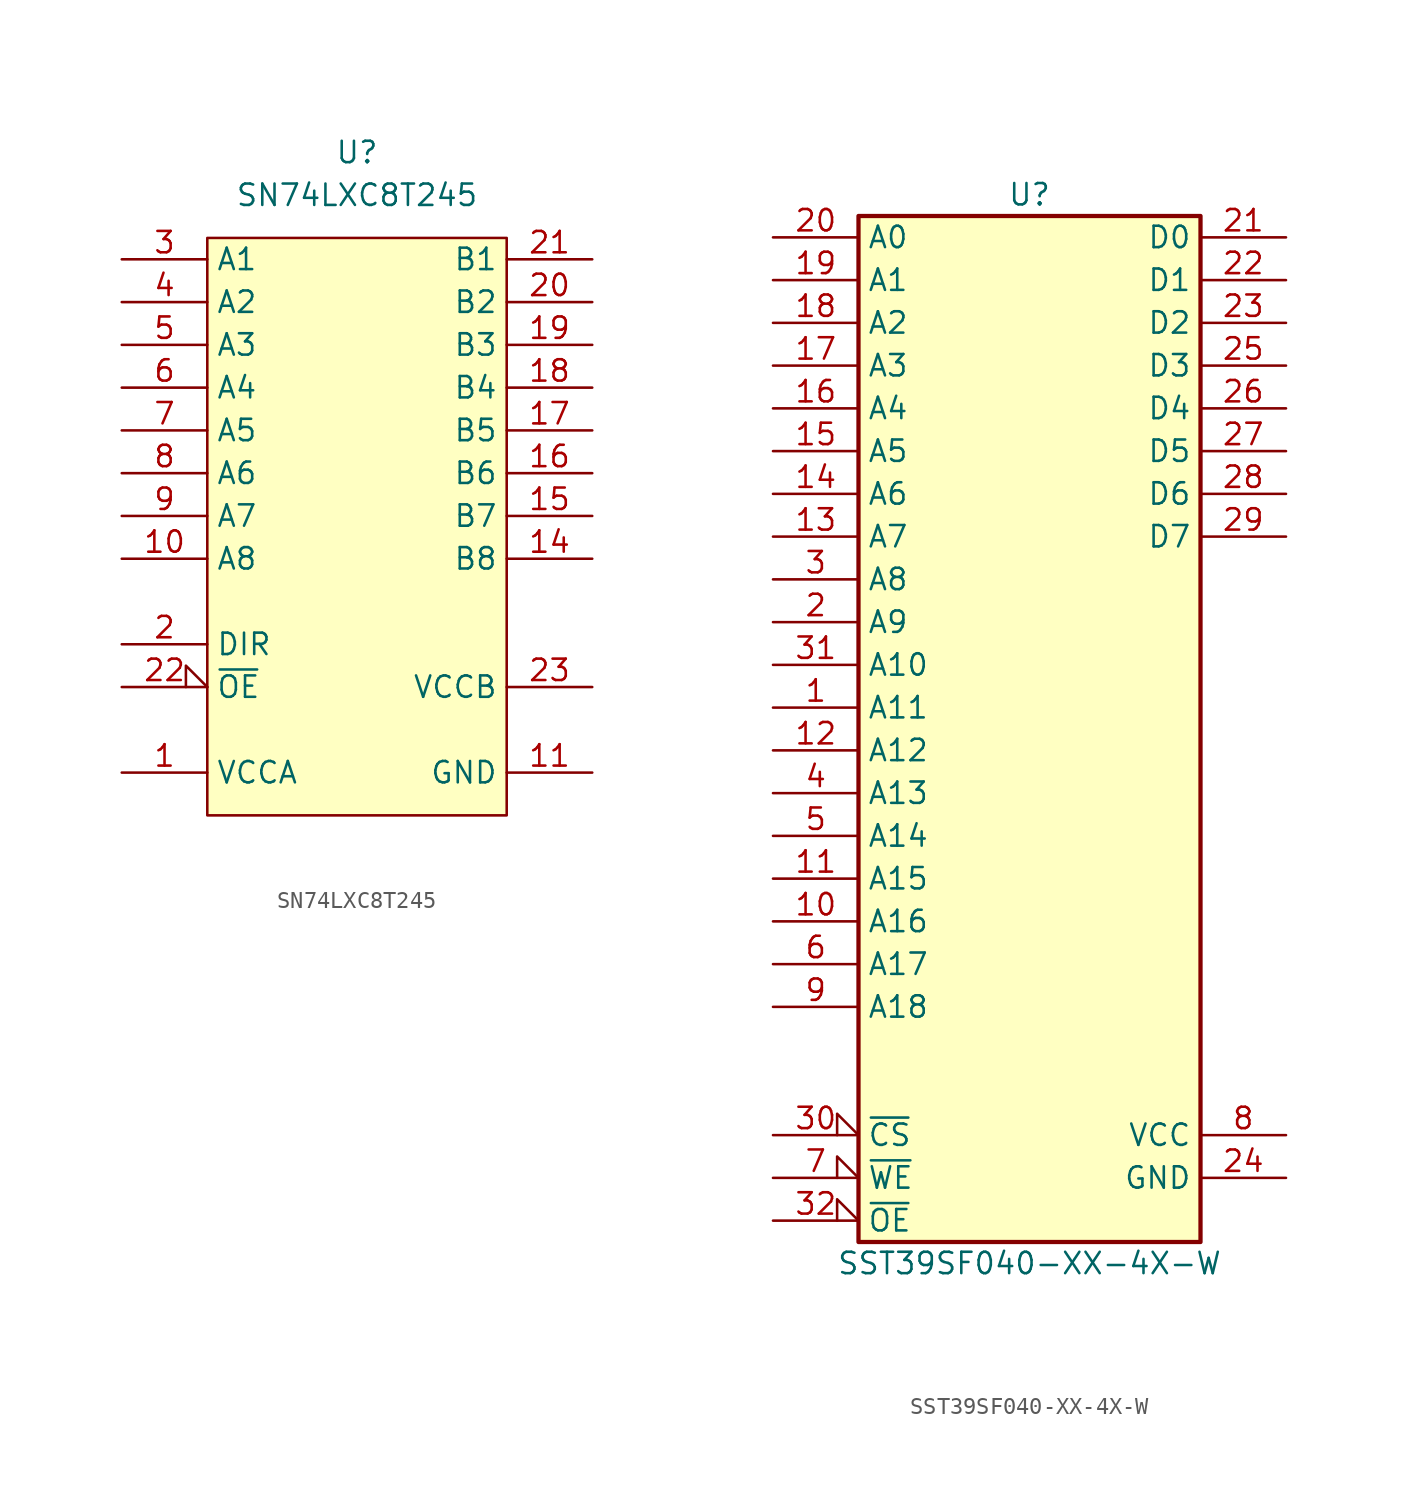
<source format=kicad_sym>
(kicad_symbol_lib
  (version 20211014)
  (generator kicad_symbol_editor)
  (symbol "68komputer-common:SN74LXC8T245"
    (property "Reference" "U"
      (at 0 3.81 0)
      (effects (font (size 1.27 1.27))))
    (property "Value" "SN74LXC8T245"
      (at 0 1.27 0)
      (effects (font (size 1.27 1.27))))
    (symbol "SN74LXC8T245_0_1"
      (rectangle (start -8.89 -1.27) (end 8.89 -35.56) (stroke (width 0.152) (type default) (color 0 0 0 0)) (fill (type background))))
    (symbol "SN74LXC8T245_1_1"
      (pin power_in line (at -13.97 -33.02 0) (length 5.08) (name "VCCA" (effects (font (size 1.27 1.27)))) (number "1" (effects (font (size 1.27 1.27)))))
      (pin tri_state line (at -13.97 -20.32 0) (length 5.08) (name "A8" (effects (font (size 1.27 1.27)))) (number "10" (effects (font (size 1.27 1.27)))))
      (pin power_in line (at 13.97 -33.02 180) (length 5.08) (name "GND" (effects (font (size 1.27 1.27)))) (number "11" (effects (font (size 1.27 1.27)))))
      (pin power_in line (at 13.97 -33.02 180) (length 5.08) hide (name "GND" (effects (font (size 1.27 1.27)))) (number "12" (effects (font (size 1.27 1.27)))))
      (pin power_in line (at 13.97 -33.02 180) (length 5.08) hide (name "GND" (effects (font (size 1.27 1.27)))) (number "13" (effects (font (size 1.27 1.27)))))
      (pin tri_state line (at 13.97 -20.32 180) (length 5.08) (name "B8" (effects (font (size 1.27 1.27)))) (number "14" (effects (font (size 1.27 1.27)))))
      (pin tri_state line (at 13.97 -17.78 180) (length 5.08) (name "B7" (effects (font (size 1.27 1.27)))) (number "15" (effects (font (size 1.27 1.27)))))
      (pin tri_state line (at 13.97 -15.24 180) (length 5.08) (name "B6" (effects (font (size 1.27 1.27)))) (number "16" (effects (font (size 1.27 1.27)))))
      (pin tri_state line (at 13.97 -12.7 180) (length 5.08) (name "B5" (effects (font (size 1.27 1.27)))) (number "17" (effects (font (size 1.27 1.27)))))
      (pin tri_state line (at 13.97 -10.16 180) (length 5.08) (name "B4" (effects (font (size 1.27 1.27)))) (number "18" (effects (font (size 1.27 1.27)))))
      (pin tri_state line (at 13.97 -7.62 180) (length 5.08) (name "B3" (effects (font (size 1.27 1.27)))) (number "19" (effects (font (size 1.27 1.27)))))
      (pin input line (at -13.97 -25.4 0) (length 5.08) (name "DIR" (effects (font (size 1.27 1.27)))) (number "2" (effects (font (size 1.27 1.27)))))
      (pin tri_state line (at 13.97 -5.08 180) (length 5.08) (name "B2" (effects (font (size 1.27 1.27)))) (number "20" (effects (font (size 1.27 1.27)))))
      (pin tri_state line (at 13.97 -2.54 180) (length 5.08) (name "B1" (effects (font (size 1.27 1.27)))) (number "21" (effects (font (size 1.27 1.27)))))
      (pin input input_low (at -13.97 -27.94 0) (length 5.08) (name "~{OE}" (effects (font (size 1.27 1.27)))) (number "22" (effects (font (size 1.27 1.27)))))
      (pin power_in line (at 13.97 -27.94 180) (length 5.08) (name "VCCB" (effects (font (size 1.27 1.27)))) (number "23" (effects (font (size 1.27 1.27)))))
      (pin power_in line (at 13.97 -27.94 180) (length 5.08) hide (name "VCCB" (effects (font (size 1.27 1.27)))) (number "24" (effects (font (size 1.27 1.27)))))
      (pin tri_state line (at -13.97 -2.54 0) (length 5.08) (name "A1" (effects (font (size 1.27 1.27)))) (number "3" (effects (font (size 1.27 1.27)))))
      (pin tri_state line (at -13.97 -5.08 0) (length 5.08) (name "A2" (effects (font (size 1.27 1.27)))) (number "4" (effects (font (size 1.27 1.27)))))
      (pin tri_state line (at -13.97 -7.62 0) (length 5.08) (name "A3" (effects (font (size 1.27 1.27)))) (number "5" (effects (font (size 1.27 1.27)))))
      (pin tri_state line (at -13.97 -10.16 0) (length 5.08) (name "A4" (effects (font (size 1.27 1.27)))) (number "6" (effects (font (size 1.27 1.27)))))
      (pin tri_state line (at -13.97 -12.7 0) (length 5.08) (name "A5" (effects (font (size 1.27 1.27)))) (number "7" (effects (font (size 1.27 1.27)))))
      (pin tri_state line (at -13.97 -15.24 0) (length 5.08) (name "A6" (effects (font (size 1.27 1.27)))) (number "8" (effects (font (size 1.27 1.27)))))
      (pin tri_state line (at -13.97 -17.78 0) (length 5.08) (name "A7" (effects (font (size 1.27 1.27)))) (number "9" (effects (font (size 1.27 1.27)))))))
  (symbol "68komputer-common:SST39SF040-XX-4X-W"
    (property "Reference" "U"
      (at 0 33.02 0)
      (effects (font (size 1.27 1.27))))
    (property "Value" "SST39SF040-XX-4X-W"
      (at 0 -30.48 0)
      (effects (font (size 1.27 1.27))))
    (symbol "SST39SF040-XX-4X-W_0_0"
      (pin power_in line (at 15.24 -25.4 180) (length 5.08) (name "GND" (effects (font (size 1.27 1.27)))) (number "24" (effects (font (size 1.27 1.27)))))
      (pin power_in line (at 15.24 -22.86 180) (length 5.08) (name "VCC" (effects (font (size 1.27 1.27)))) (number "8" (effects (font (size 1.27 1.27))))))
    (symbol "SST39SF040-XX-4X-W_0_1"
      (rectangle (start -10.16 31.75) (end 10.16 -29.21) (stroke (width 0.254) (type default) (color 0 0 0 0)) (fill (type background))))
    (symbol "SST39SF040-XX-4X-W_1_1"
      (pin input line (at -15.24 2.54 0) (length 5.08) (name "A11" (effects (font (size 1.27 1.27)))) (number "1" (effects (font (size 1.27 1.27)))))
      (pin input line (at -15.24 -10.16 0) (length 5.08) (name "A16" (effects (font (size 1.27 1.27)))) (number "10" (effects (font (size 1.27 1.27)))))
      (pin input line (at -15.24 -7.62 0) (length 5.08) (name "A15" (effects (font (size 1.27 1.27)))) (number "11" (effects (font (size 1.27 1.27)))))
      (pin input line (at -15.24 0 0) (length 5.08) (name "A12" (effects (font (size 1.27 1.27)))) (number "12" (effects (font (size 1.27 1.27)))))
      (pin input line (at -15.24 12.7 0) (length 5.08) (name "A7" (effects (font (size 1.27 1.27)))) (number "13" (effects (font (size 1.27 1.27)))))
      (pin input line (at -15.24 15.24 0) (length 5.08) (name "A6" (effects (font (size 1.27 1.27)))) (number "14" (effects (font (size 1.27 1.27)))))
      (pin input line (at -15.24 17.78 0) (length 5.08) (name "A5" (effects (font (size 1.27 1.27)))) (number "15" (effects (font (size 1.27 1.27)))))
      (pin input line (at -15.24 20.32 0) (length 5.08) (name "A4" (effects (font (size 1.27 1.27)))) (number "16" (effects (font (size 1.27 1.27)))))
      (pin input line (at -15.24 22.86 0) (length 5.08) (name "A3" (effects (font (size 1.27 1.27)))) (number "17" (effects (font (size 1.27 1.27)))))
      (pin input line (at -15.24 25.4 0) (length 5.08) (name "A2" (effects (font (size 1.27 1.27)))) (number "18" (effects (font (size 1.27 1.27)))))
      (pin input line (at -15.24 27.94 0) (length 5.08) (name "A1" (effects (font (size 1.27 1.27)))) (number "19" (effects (font (size 1.27 1.27)))))
      (pin input line (at -15.24 7.62 0) (length 5.08) (name "A9" (effects (font (size 1.27 1.27)))) (number "2" (effects (font (size 1.27 1.27)))))
      (pin input line (at -15.24 30.48 0) (length 5.08) (name "A0" (effects (font (size 1.27 1.27)))) (number "20" (effects (font (size 1.27 1.27)))))
      (pin tri_state line (at 15.24 30.48 180) (length 5.08) (name "D0" (effects (font (size 1.27 1.27)))) (number "21" (effects (font (size 1.27 1.27)))))
      (pin tri_state line (at 15.24 27.94 180) (length 5.08) (name "D1" (effects (font (size 1.27 1.27)))) (number "22" (effects (font (size 1.27 1.27)))))
      (pin tri_state line (at 15.24 25.4 180) (length 5.08) (name "D2" (effects (font (size 1.27 1.27)))) (number "23" (effects (font (size 1.27 1.27)))))
      (pin tri_state line (at 15.24 22.86 180) (length 5.08) (name "D3" (effects (font (size 1.27 1.27)))) (number "25" (effects (font (size 1.27 1.27)))))
      (pin tri_state line (at 15.24 20.32 180) (length 5.08) (name "D4" (effects (font (size 1.27 1.27)))) (number "26" (effects (font (size 1.27 1.27)))))
      (pin tri_state line (at 15.24 17.78 180) (length 5.08) (name "D5" (effects (font (size 1.27 1.27)))) (number "27" (effects (font (size 1.27 1.27)))))
      (pin tri_state line (at 15.24 15.24 180) (length 5.08) (name "D6" (effects (font (size 1.27 1.27)))) (number "28" (effects (font (size 1.27 1.27)))))
      (pin tri_state line (at 15.24 12.7 180) (length 5.08) (name "D7" (effects (font (size 1.27 1.27)))) (number "29" (effects (font (size 1.27 1.27)))))
      (pin input line (at -15.24 10.16 0) (length 5.08) (name "A8" (effects (font (size 1.27 1.27)))) (number "3" (effects (font (size 1.27 1.27)))))
      (pin input input_low (at -15.24 -22.86 0) (length 5.08) (name "~{CS}" (effects (font (size 1.27 1.27)))) (number "30" (effects (font (size 1.27 1.27)))))
      (pin input line (at -15.24 5.08 0) (length 5.08) (name "A10" (effects (font (size 1.27 1.27)))) (number "31" (effects (font (size 1.27 1.27)))))
      (pin input input_low (at -15.24 -27.94 0) (length 5.08) (name "~{OE}" (effects (font (size 1.27 1.27)))) (number "32" (effects (font (size 1.27 1.27)))))
      (pin input line (at -15.24 -2.54 0) (length 5.08) (name "A13" (effects (font (size 1.27 1.27)))) (number "4" (effects (font (size 1.27 1.27)))))
      (pin input line (at -15.24 -5.08 0) (length 5.08) (name "A14" (effects (font (size 1.27 1.27)))) (number "5" (effects (font (size 1.27 1.27)))))
      (pin input line (at -15.24 -12.7 0) (length 5.08) (name "A17" (effects (font (size 1.27 1.27)))) (number "6" (effects (font (size 1.27 1.27)))))
      (pin input input_low (at -15.24 -25.4 0) (length 5.08) (name "~{WE}" (effects (font (size 1.27 1.27)))) (number "7" (effects (font (size 1.27 1.27)))))
      (pin input line (at -15.24 -15.24 0) (length 5.08) (name "A18" (effects (font (size 1.27 1.27)))) (number "9" (effects (font (size 1.27 1.27))))))))
</source>
